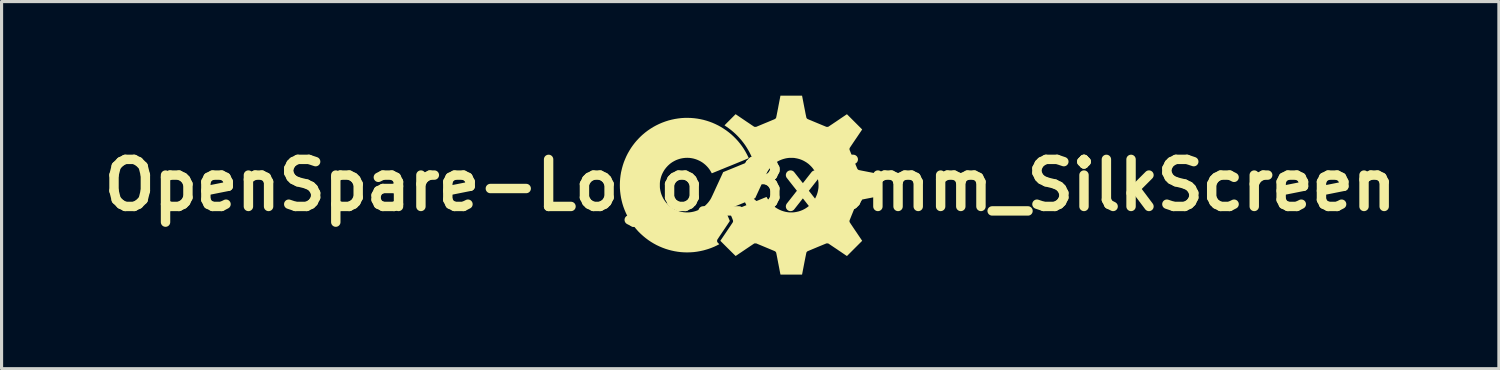
<source format=kicad_pcb>
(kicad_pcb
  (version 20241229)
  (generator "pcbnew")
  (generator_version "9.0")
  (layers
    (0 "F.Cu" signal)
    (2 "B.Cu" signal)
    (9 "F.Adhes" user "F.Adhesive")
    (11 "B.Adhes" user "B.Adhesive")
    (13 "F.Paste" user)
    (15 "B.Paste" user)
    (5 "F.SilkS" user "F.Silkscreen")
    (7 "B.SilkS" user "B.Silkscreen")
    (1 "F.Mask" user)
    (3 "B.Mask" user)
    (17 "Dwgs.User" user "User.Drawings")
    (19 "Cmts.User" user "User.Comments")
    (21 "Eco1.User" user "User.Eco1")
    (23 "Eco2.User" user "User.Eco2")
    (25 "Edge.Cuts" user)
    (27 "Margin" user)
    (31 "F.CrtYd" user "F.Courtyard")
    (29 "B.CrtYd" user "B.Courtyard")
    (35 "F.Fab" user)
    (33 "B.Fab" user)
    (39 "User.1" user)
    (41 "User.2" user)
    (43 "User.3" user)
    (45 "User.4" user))
  (footprint "OpenSpare-Logo_8x6mm_SilkScreen"
    (layer "F.Cu")
    (at 20.871 2.854)
    (property "Reference" "OpenSpare-Logo_8x6mm_SilkScreen" (at 0 0 0) (layer "F.SilkS") (effects (font (size 1.5 1.5) (thickness 0.3))))
    (attr board_only exclude_from_pos_files exclude_from_bom)
    (fp_poly (pts (xy 1.72 -2.506) (xy 1.73 -2.456) (xy 1.739 -2.411) (xy 1.747 -2.37) (xy 1.754 -2.333) (xy 1.76 -2.3) (xy 1.766 -2.271) (xy 1.771 -2.246) (xy 1.776 -2.224) (xy 1.78 -2.205) (xy 1.783 -2.189) (xy 1.786 -2.176) (xy 1.788 -2.166) (xy 1.79 -2.158) (xy 1.792 -2.152) (xy 1.793 -2.148) (xy 1.794 -2.146) (xy 1.802 -2.133) (xy 1.814 -2.12) (xy 1.827 -2.11) (xy 1.832 -2.108) (xy 1.835 -2.106) (xy 1.843 -2.103) (xy 1.855 -2.098) (xy 1.87 -2.091) (xy 1.889 -2.083) (xy 1.912 -2.074) (xy 1.937 -2.064) (xy 1.965 -2.052) (xy 1.995 -2.039) (xy 2.027 -2.026) (xy 2.061 -2.012) (xy 2.096 -1.997) (xy 2.133 -1.982) (xy 2.135 -1.981) (xy 2.429 -1.859) (xy 2.455 -1.859) (xy 2.467 -1.859) (xy 2.476 -1.859) (xy 2.483 -1.861) (xy 2.488 -1.863) (xy 2.494 -1.865) (xy 2.497 -1.867) (xy 2.505 -1.872) (xy 2.516 -1.88) (xy 2.53 -1.889) (xy 2.548 -1.901) (xy 2.568 -1.915) (xy 2.591 -1.93) (xy 2.617 -1.947) (xy 2.645 -1.966) (xy 2.674 -1.986) (xy 2.705 -2.006) (xy 2.738 -2.028) (xy 2.771 -2.051) (xy 2.789 -2.063) (xy 2.823 -2.086) (xy 2.856 -2.108) (xy 2.887 -2.13) (xy 2.917 -2.15) (xy 2.945 -2.169) (xy 2.972 -2.187) (xy 2.995 -2.203) (xy 3.017 -2.217) (xy 3.035 -2.23) (xy 3.051 -2.24) (xy 3.063 -2.248) (xy 3.072 -2.254) (xy 3.077 -2.258) (xy 3.078 -2.258) (xy 3.084 -2.262) (xy 3.327 -2.019) (xy 3.57 -1.776) (xy 3.375 -1.487) (xy 3.351 -1.453) (xy 3.329 -1.42) (xy 3.307 -1.387) (xy 3.286 -1.357) (xy 3.267 -1.328) (xy 3.249 -1.301) (xy 3.232 -1.276) (xy 3.217 -1.254) (xy 3.204 -1.234) (xy 3.193 -1.218) (xy 3.184 -1.204) (xy 3.178 -1.194) (xy 3.174 -1.188) (xy 3.173 -1.186) (xy 3.167 -1.17) (xy 3.165 -1.152) (xy 3.166 -1.133) (xy 3.167 -1.13) (xy 3.17 -1.122) (xy 3.174 -1.11) (xy 3.18 -1.095) (xy 3.188 -1.077) (xy 3.196 -1.055) (xy 3.206 -1.031) (xy 3.217 -1.004) (xy 3.228 -0.976) (xy 3.24 -0.946) (xy 3.253 -0.915) (xy 3.266 -0.883) (xy 3.28 -0.85) (xy 3.293 -0.818) (xy 3.307 -0.785) (xy 3.32 -0.752) (xy 3.333 -0.721) (xy 3.346 -0.69) (xy 3.358 -0.661) (xy 3.369 -0.634) (xy 3.379 -0.609) (xy 3.389 -0.586) (xy 3.397 -0.566) (xy 3.404 -0.549) (xy 3.41 -0.536) (xy 3.414 -0.527) (xy 3.417 -0.521) (xy 3.424 -0.511) (xy 3.434 -0.5) (xy 3.446 -0.491) (xy 3.457 -0.485) (xy 3.461 -0.483) (xy 3.469 -0.481) (xy 3.483 -0.478) (xy 3.5 -0.475) (xy 3.522 -0.47) (xy 3.547 -0.465) (xy 3.577 -0.459) (xy 3.609 -0.453) (xy 3.645 -0.446) (xy 3.685 -0.438) (xy 3.727 -0.43) (xy 3.771 -0.421) (xy 3.815 -0.413) (xy 4.161 -0.346) (xy 4.161 -0.001) (xy 4.161 0.343) (xy 3.815 0.41) (xy 3.768 0.419) (xy 3.723 0.428) (xy 3.681 0.436) (xy 3.642 0.444) (xy 3.606 0.451) (xy 3.574 0.457) (xy 3.545 0.463) (xy 3.52 0.468) (xy 3.499 0.473) (xy 3.481 0.476) (xy 3.468 0.479) (xy 3.46 0.481) (xy 3.457 0.482) (xy 3.445 0.489) (xy 3.433 0.498) (xy 3.423 0.509) (xy 3.417 0.519) (xy 3.414 0.524) (xy 3.41 0.534) (xy 3.404 0.547) (xy 3.397 0.564) (xy 3.389 0.584) (xy 3.379 0.606) (xy 3.369 0.632) (xy 3.357 0.659) (xy 3.345 0.688) (xy 3.333 0.718) (xy 3.32 0.75) (xy 3.306 0.782) (xy 3.293 0.815) (xy 3.279 0.848) (xy 3.266 0.881) (xy 3.253 0.913) (xy 3.24 0.944) (xy 3.228 0.974) (xy 3.217 1.002) (xy 3.206 1.029) (xy 3.196 1.053) (xy 3.188 1.074) (xy 3.18 1.093) (xy 3.174 1.108) (xy 3.17 1.12) (xy 3.167 1.127) (xy 3.166 1.131) (xy 3.165 1.15) (xy 3.167 1.168) (xy 3.173 1.184) (xy 3.175 1.187) (xy 3.18 1.195) (xy 3.187 1.206) (xy 3.197 1.22) (xy 3.208 1.238) (xy 3.222 1.258) (xy 3.238 1.282) (xy 3.255 1.307) (xy 3.273 1.335) (xy 3.293 1.364) (xy 3.314 1.396) (xy 3.336 1.428) (xy 3.359 1.462) (xy 3.375 1.485) (xy 3.57 1.774) (xy 3.327 2.017) (xy 3.084 2.26) (xy 3.078 2.256) (xy 3.075 2.254) (xy 3.068 2.249) (xy 3.058 2.242) (xy 3.044 2.233) (xy 3.027 2.222) (xy 3.007 2.208) (xy 2.985 2.193) (xy 2.96 2.176) (xy 2.933 2.158) (xy 2.904 2.138) (xy 2.873 2.117) (xy 2.841 2.096) (xy 2.807 2.073) (xy 2.789 2.06) (xy 2.755 2.037) (xy 2.722 2.015) (xy 2.69 1.994) (xy 2.659 1.973) (xy 2.631 1.954) (xy 2.604 1.936) (xy 2.58 1.92) (xy 2.558 1.905) (xy 2.539 1.892) (xy 2.523 1.882) (xy 2.51 1.873) (xy 2.501 1.867) (xy 2.495 1.864) (xy 2.494 1.863) (xy 2.488 1.86) (xy 2.482 1.858) (xy 2.475 1.857) (xy 2.466 1.856) (xy 2.455 1.856) (xy 2.429 1.857) (xy 2.135 1.978) (xy 2.098 1.994) (xy 2.063 2.008) (xy 2.029 2.023) (xy 1.996 2.036) (xy 1.966 2.049) (xy 1.938 2.061) (xy 1.913 2.071) (xy 1.89 2.081) (xy 1.87 2.089) (xy 1.854 2.096) (xy 1.842 2.101) (xy 1.834 2.104) (xy 1.83 2.106) (xy 1.83 2.106) (xy 1.818 2.114) (xy 1.807 2.125) (xy 1.797 2.138) (xy 1.792 2.147) (xy 1.791 2.151) (xy 1.789 2.159) (xy 1.786 2.173) (xy 1.782 2.19) (xy 1.778 2.212) (xy 1.773 2.237) (xy 1.767 2.267) (xy 1.76 2.3) (xy 1.753 2.336) (xy 1.745 2.375) (xy 1.737 2.417) (xy 1.728 2.462) (xy 1.72 2.505) (xy 1.653 2.851) (xy 1.309 2.852) (xy 1.259 2.852) (xy 1.214 2.852) (xy 1.173 2.852) (xy 1.137 2.852) (xy 1.104 2.852) (xy 1.076 2.852) (xy 1.051 2.852) (xy 1.03 2.852) (xy 1.013 2.852) (xy 0.998 2.851) (xy 0.986 2.851) (xy 0.977 2.851) (xy 0.971 2.85) (xy 0.967 2.85) (xy 0.964 2.85) (xy 0.964 2.849) (xy 0.963 2.847) (xy 0.962 2.839) (xy 0.96 2.827) (xy 0.956 2.812) (xy 0.953 2.792) (xy 0.948 2.769) (xy 0.943 2.743) (xy 0.937 2.713) (xy 0.931 2.681) (xy 0.925 2.647) (xy 0.918 2.611) (xy 0.91 2.573) (xy 0.903 2.533) (xy 0.897 2.505) (xy 0.889 2.464) (xy 0.882 2.425) (xy 0.874 2.387) (xy 0.867 2.35) (xy 0.861 2.316) (xy 0.854 2.284) (xy 0.849 2.255) (xy 0.843 2.229) (xy 0.839 2.206) (xy 0.835 2.187) (xy 0.832 2.171) (xy 0.829 2.16) (xy 0.828 2.153) (xy 0.827 2.151) (xy 0.82 2.138) (xy 0.81 2.125) (xy 0.799 2.114) (xy 0.788 2.106) (xy 0.784 2.105) (xy 0.776 2.101) (xy 0.764 2.096) (xy 0.748 2.089) (xy 0.728 2.081) (xy 0.706 2.072) (xy 0.68 2.061) (xy 0.653 2.049) (xy 0.622 2.037) (xy 0.59 2.023) (xy 0.556 2.009) (xy 0.52 1.994) (xy 0.484 1.979) (xy 0.482 1.978) (xy 0.189 1.856) (xy 0.163 1.856) (xy 0.15 1.856) (xy 0.141 1.857) (xy 0.134 1.858) (xy 0.128 1.86) (xy 0.126 1.862) (xy 0.122 1.864) (xy 0.115 1.868) (xy 0.104 1.875) (xy 0.09 1.885) (xy 0.073 1.896) (xy 0.053 1.91) (xy 0.03 1.925) (xy 0.004 1.942) (xy -0.023 1.961) (xy -0.053 1.981) (xy -0.084 2.002) (xy -0.117 2.024) (xy -0.15 2.046) (xy -0.173 2.062) (xy -0.207 2.085) (xy -0.24 2.107) (xy -0.272 2.129) (xy -0.302 2.149) (xy -0.331 2.168) (xy -0.357 2.186) (xy -0.381 2.202) (xy -0.402 2.217) (xy -0.421 2.229) (xy -0.436 2.24) (xy -0.449 2.248) (xy -0.458 2.254) (xy -0.463 2.257) (xy -0.464 2.258) (xy -0.466 2.257) (xy -0.471 2.252) (xy -0.48 2.244) (xy -0.491 2.233) (xy -0.505 2.219) (xy -0.522 2.203) (xy -0.541 2.184) (xy -0.562 2.163) (xy -0.585 2.141) (xy -0.61 2.116) (xy -0.636 2.09) (xy -0.663 2.063) (xy -0.691 2.035) (xy -0.71 2.017) (xy -0.953 1.774) (xy -0.757 1.485) (xy -0.734 1.45) (xy -0.711 1.417) (xy -0.69 1.385) (xy -0.669 1.354) (xy -0.649 1.325) (xy -0.631 1.298) (xy -0.615 1.274) (xy -0.6 1.251) (xy -0.587 1.232) (xy -0.576 1.215) (xy -0.567 1.202) (xy -0.561 1.192) (xy -0.557 1.186) (xy -0.556 1.184) (xy -0.55 1.17) (xy -0.547 1.153) (xy -0.548 1.135) (xy -0.548 1.131) (xy -0.55 1.125) (xy -0.553 1.116) (xy -0.558 1.103) (xy -0.564 1.086) (xy -0.572 1.065) (xy -0.581 1.042) (xy -0.592 1.017) (xy -0.603 0.989) (xy -0.604 0.987) (xy -0.614 0.963) (xy -0.623 0.941) (xy -0.632 0.92) (xy -0.639 0.901) (xy -0.646 0.885) (xy -0.651 0.872) (xy -0.655 0.863) (xy -0.657 0.858) (xy -0.657 0.856) (xy -0.655 0.855) (xy -0.648 0.853) (xy -0.637 0.848) (xy -0.622 0.842) (xy -0.604 0.835) (xy -0.582 0.826) (xy -0.557 0.815) (xy -0.529 0.804) (xy -0.498 0.791) (xy -0.465 0.778) (xy -0.429 0.763) (xy -0.392 0.748) (xy -0.352 0.732) (xy -0.311 0.715) (xy -0.269 0.698) (xy -0.226 0.68) (xy -0.182 0.662) (xy -0.137 0.644) (xy -0.092 0.625) (xy -0.047 0.607) (xy -0.001 0.588) (xy 0.043 0.57) (xy 0.087 0.552) (xy 0.131 0.534) (xy 0.173 0.517) (xy 0.214 0.5) (xy 0.254 0.484) (xy 0.291 0.469) (xy 0.327 0.454) (xy 0.36 0.441) (xy 0.391 0.428) (xy 0.419 0.416) (xy 0.445 0.406) (xy 0.467 0.397) (xy 0.485 0.39) (xy 0.5 0.383) (xy 0.511 0.379) (xy 0.518 0.376) (xy 0.519 0.376) (xy 0.521 0.378) (xy 0.525 0.383) (xy 0.53 0.391) (xy 0.537 0.402) (xy 0.541 0.411) (xy 0.575 0.468) (xy 0.613 0.522) (xy 0.654 0.573) (xy 0.699 0.621) (xy 0.747 0.664) (xy 0.799 0.705) (xy 0.853 0.741) (xy 0.911 0.773) (xy 0.948 0.791) (xy 1.006 0.815) (xy 1.067 0.835) (xy 1.13 0.851) (xy 1.194 0.862) (xy 1.209 0.864) (xy 1.229 0.866) (xy 1.253 0.868) (xy 1.28 0.868) (xy 1.308 0.869) (xy 1.335 0.868) (xy 1.362 0.868) (xy 1.386 0.866) (xy 1.407 0.864) (xy 1.409 0.864) (xy 1.476 0.853) (xy 1.541 0.838) (xy 1.604 0.818) (xy 1.665 0.794) (xy 1.723 0.765) (xy 1.779 0.732) (xy 1.832 0.695) (xy 1.883 0.654) (xy 1.916 0.623) (xy 1.962 0.574) (xy 2.004 0.523) (xy 2.042 0.47) (xy 2.075 0.414) (xy 2.103 0.356) (xy 2.128 0.295) (xy 2.148 0.232) (xy 2.163 0.167) (xy 2.174 0.1) (xy 2.175 0.089) (xy 2.176 0.078) (xy 2.177 0.063) (xy 2.178 0.046) (xy 2.178 0.027) (xy 2.179 0.007) (xy 2.179 -0.001) (xy 2.178 -0.021) (xy 2.178 -0.04) (xy 2.177 -0.059) (xy 2.177 -0.075) (xy 2.176 -0.087) (xy 2.175 -0.091) (xy 2.165 -0.159) (xy 2.15 -0.224) (xy 2.131 -0.288) (xy 2.107 -0.349) (xy 2.079 -0.408) (xy 2.046 -0.465) (xy 2.008 -0.52) (xy 1.988 -0.546) (xy 1.977 -0.56) (xy 1.962 -0.577) (xy 1.945 -0.595) (xy 1.927 -0.613) (xy 1.908 -0.632) (xy 1.89 -0.649) (xy 1.872 -0.665) (xy 1.857 -0.679) (xy 1.847 -0.686) (xy 1.793 -0.725) (xy 1.737 -0.759) (xy 1.68 -0.789) (xy 1.621 -0.814) (xy 1.56 -0.835) (xy 1.497 -0.851) (xy 1.431 -0.863) (xy 1.409 -0.867) (xy 1.388 -0.869) (xy 1.364 -0.87) (xy 1.338 -0.871) (xy 1.31 -0.871) (xy 1.282 -0.871) (xy 1.255 -0.87) (xy 1.231 -0.869) (xy 1.21 -0.867) (xy 1.209 -0.867) (xy 1.141 -0.856) (xy 1.076 -0.84) (xy 1.013 -0.82) (xy 0.952 -0.796) (xy 0.893 -0.767) (xy 0.836 -0.733) (xy 0.782 -0.695) (xy 0.764 -0.681) (xy 0.75 -0.669) (xy 0.733 -0.654) (xy 0.715 -0.637) (xy 0.697 -0.619) (xy 0.678 -0.601) (xy 0.661 -0.582) (xy 0.645 -0.565) (xy 0.631 -0.549) (xy 0.624 -0.54) (xy 0.609 -0.519) (xy 0.593 -0.497) (xy 0.577 -0.473) (xy 0.562 -0.45) (xy 0.55 -0.429) (xy 0.549 -0.427) (xy 0.546 -0.423) (xy 0.542 -0.414) (xy 0.536 -0.401) (xy 0.528 -0.385) (xy 0.519 -0.364) (xy 0.508 -0.341) (xy 0.495 -0.314) (xy 0.481 -0.285) (xy 0.466 -0.253) (xy 0.45 -0.218) (xy 0.433 -0.182) (xy 0.415 -0.143) (xy 0.397 -0.103) (xy 0.378 -0.061) (xy 0.358 -0.019) (xy 0.348 0.004) (xy 0.159 0.414) (xy -0.276 0.591) (xy -0.321 0.61) (xy -0.364 0.627) (xy -0.406 0.645) (xy -0.447 0.661) (xy -0.485 0.677) (xy -0.522 0.692) (xy -0.556 0.706) (xy -0.588 0.719) (xy -0.616 0.731) (xy -0.642 0.741) (xy -0.664 0.75) (xy -0.683 0.758) (xy -0.699 0.765) (xy -0.71 0.769) (xy -0.717 0.772) (xy -0.72 0.773) (xy -0.731 0.782) (xy -0.742 0.793) (xy -0.752 0.806) (xy -0.755 0.812) (xy -0.758 0.82) (xy -0.76 0.827) (xy -0.761 0.835) (xy -0.761 0.846) (xy -0.761 0.85) (xy -0.761 0.874) (xy -0.707 1.005) (xy -0.696 1.029) (xy -0.687 1.052) (xy -0.678 1.073) (xy -0.67 1.093) (xy -0.663 1.109) (xy -0.658 1.122) (xy -0.654 1.132) (xy -0.651 1.139) (xy -0.651 1.14) (xy -0.652 1.143) (xy -0.656 1.15) (xy -0.663 1.16) (xy -0.672 1.175) (xy -0.684 1.193) (xy -0.698 1.214) (xy -0.715 1.239) (xy -0.733 1.268) (xy -0.755 1.299) (xy -0.778 1.334) (xy -0.803 1.372) (xy -0.831 1.412) (xy -0.846 1.435) (xy -0.87 1.47) (xy -0.893 1.504) (xy -0.914 1.536) (xy -0.935 1.567) (xy -0.955 1.596) (xy -0.973 1.623) (xy -0.99 1.648) (xy -1.005 1.671) (xy -1.018 1.691) (xy -1.029 1.708) (xy -1.038 1.721) (xy -1.044 1.731) (xy -1.048 1.738) (xy -1.05 1.74) (xy -1.053 1.748) (xy -1.055 1.756) (xy -1.056 1.766) (xy -1.056 1.775) (xy -1.056 1.788) (xy -1.054 1.8) (xy -1.05 1.811) (xy -1.044 1.821) (xy -1.035 1.833) (xy -1.023 1.846) (xy -1.015 1.854) (xy -1.005 1.863) (xy -0.997 1.872) (xy -0.991 1.878) (xy -0.988 1.882) (xy -0.988 1.883) (xy -0.99 1.885) (xy -0.996 1.888) (xy -1.005 1.893) (xy -1.017 1.899) (xy -1.032 1.906) (xy -1.048 1.914) (xy -1.064 1.923) (xy -1.082 1.931) (xy -1.099 1.939) (xy -1.115 1.947) (xy -1.13 1.954) (xy -1.143 1.96) (xy -1.153 1.965) (xy -1.154 1.965) (xy -1.249 2.004) (xy -1.347 2.038) (xy -1.445 2.067) (xy -1.496 2.081) (xy -1.597 2.103) (xy -1.699 2.121) (xy -1.8 2.134) (xy -1.903 2.141) (xy -2.005 2.144) (xy -2.107 2.142) (xy -2.21 2.135) (xy -2.311 2.123) (xy -2.413 2.106) (xy -2.513 2.084) (xy -2.601 2.061) (xy -2.701 2.03) (xy -2.798 1.994) (xy -2.893 1.954) (xy -2.986 1.91) (xy -3.076 1.861) (xy -3.164 1.808) (xy -3.249 1.751) (xy -3.332 1.689) (xy -3.411 1.624) (xy -3.488 1.555) (xy -3.562 1.482) (xy -3.579 1.464) (xy -3.647 1.387) (xy -3.711 1.307) (xy -3.772 1.225) (xy -3.828 1.141) (xy -3.88 1.054) (xy -3.927 0.965) (xy -3.97 0.874) (xy -4.009 0.781) (xy -4.044 0.687) (xy -4.074 0.591) (xy -4.099 0.494) (xy -4.12 0.396) (xy -4.136 0.297) (xy -4.148 0.197) (xy -4.155 0.096) (xy -4.157 -0.005) (xy -4.154 -0.106) (xy -4.147 -0.208) (xy -4.135 -0.309) (xy -4.118 -0.411) (xy -4.112 -0.436) (xy -4.089 -0.536) (xy -4.061 -0.635) (xy -4.029 -0.732) (xy -3.991 -0.827) (xy -3.95 -0.921) (xy -3.904 -1.012) (xy -3.853 -1.101) (xy -3.799 -1.188) (xy -3.74 -1.272) (xy -3.679 -1.351) (xy -3.653 -1.382) (xy -3.625 -1.415) (xy -3.594 -1.448) (xy -3.563 -1.482) (xy -3.531 -1.515) (xy -3.499 -1.547) (xy -3.468 -1.576) (xy -3.439 -1.603) (xy -3.427 -1.613) (xy -3.346 -1.681) (xy -3.263 -1.744) (xy -3.177 -1.802) (xy -3.09 -1.856) (xy -3 -1.905) (xy -2.908 -1.95) (xy -2.813 -1.991) (xy -2.716 -2.027) (xy -2.696 -2.034) (xy -2.598 -2.065) (xy -2.499 -2.09) (xy -2.399 -2.111) (xy -2.298 -2.127) (xy -2.197 -2.139) (xy -2.095 -2.145) (xy -1.993 -2.146) (xy -1.891 -2.143) (xy -1.79 -2.135) (xy -1.689 -2.122) (xy -1.588 -2.104) (xy -1.488 -2.082) (xy -1.389 -2.054) (xy -1.303 -2.026) (xy -1.207 -1.99) (xy -1.113 -1.949) (xy -1.021 -1.904) (xy -0.932 -1.855) (xy -0.846 -1.801) (xy -0.762 -1.744) (xy -0.681 -1.683) (xy -0.603 -1.619) (xy -0.529 -1.551) (xy -0.457 -1.479) (xy -0.389 -1.404) (xy -0.325 -1.326) (xy -0.264 -1.245) (xy -0.207 -1.161) (xy -0.155 -1.075) (xy -0.106 -0.985) (xy -0.075 -0.922) (xy -0.067 -0.907) (xy -0.061 -0.893) (xy -0.055 -0.88) (xy -0.051 -0.871) (xy -0.048 -0.865) (xy -0.047 -0.863) (xy -0.048 -0.862) (xy -0.05 -0.86) (xy -0.055 -0.858) (xy -0.062 -0.855) (xy -0.072 -0.85) (xy -0.083 -0.845) (xy -0.098 -0.839) (xy -0.115 -0.832) (xy -0.135 -0.823) (xy -0.158 -0.814) (xy -0.184 -0.803) (xy -0.214 -0.791) (xy -0.247 -0.777) (xy -0.283 -0.762) (xy -0.324 -0.746) (xy -0.368 -0.727) (xy -0.416 -0.708) (xy -0.468 -0.686) (xy -0.525 -0.663) (xy -0.586 -0.638) (xy -0.632 -0.619) (xy -0.684 -0.598) (xy -0.735 -0.578) (xy -0.784 -0.558) (xy -0.832 -0.538) (xy -0.877 -0.519) (xy -0.921 -0.502) (xy -0.963 -0.485) (xy -1.002 -0.468) (xy -1.039 -0.454) (xy -1.073 -0.44) (xy -1.104 -0.427) (xy -1.132 -0.416) (xy -1.156 -0.406) (xy -1.177 -0.397) (xy -1.195 -0.39) (xy -1.208 -0.385) (xy -1.217 -0.381) (xy -1.222 -0.379) (xy -1.222 -0.379) (xy -1.225 -0.38) (xy -1.228 -0.384) (xy -1.233 -0.391) (xy -1.239 -0.403) (xy -1.241 -0.407) (xy -1.271 -0.459) (xy -1.305 -0.51) (xy -1.343 -0.559) (xy -1.385 -0.605) (xy -1.43 -0.649) (xy -1.477 -0.688) (xy -1.52 -0.72) (xy -1.576 -0.755) (xy -1.634 -0.785) (xy -1.693 -0.811) (xy -1.755 -0.833) (xy -1.817 -0.85) (xy -1.88 -0.862) (xy -1.944 -0.87) (xy -2.008 -0.872) (xy -2.072 -0.87) (xy -2.112 -0.866) (xy -2.178 -0.856) (xy -2.242 -0.841) (xy -2.305 -0.821) (xy -2.365 -0.798) (xy -2.423 -0.769) (xy -2.479 -0.737) (xy -2.532 -0.701) (xy -2.582 -0.66) (xy -2.629 -0.616) (xy -2.673 -0.568) (xy -2.714 -0.517) (xy -2.731 -0.494) (xy -2.765 -0.439) (xy -2.795 -0.383) (xy -2.821 -0.325) (xy -2.842 -0.265) (xy -2.859 -0.202) (xy -2.873 -0.137) (xy -2.877 -0.11) (xy -2.878 -0.094) (xy -2.88 -0.075) (xy -2.881 -0.052) (xy -2.881 -0.028) (xy -2.881 -0.002) (xy -2.881 0.023) (xy -2.881 0.048) (xy -2.88 0.071) (xy -2.879 0.09) (xy -2.877 0.106) (xy -2.877 0.107) (xy -2.865 0.174) (xy -2.85 0.238) (xy -2.83 0.299) (xy -2.806 0.358) (xy -2.778 0.415) (xy -2.745 0.469) (xy -2.731 0.491) (xy -2.692 0.544) (xy -2.649 0.593) (xy -2.603 0.639) (xy -2.554 0.681) (xy -2.502 0.719) (xy -2.447 0.753) (xy -2.39 0.783) (xy -2.331 0.809) (xy -2.27 0.831) (xy -2.207 0.848) (xy -2.191 0.851) (xy -2.126 0.862) (xy -2.06 0.868) (xy -1.995 0.869) (xy -1.93 0.866) (xy -1.866 0.857) (xy -1.803 0.844) (xy -1.74 0.826) (xy -1.68 0.804) (xy -1.62 0.776) (xy -1.562 0.744) (xy -1.508 0.709) (xy -1.463 0.675) (xy -1.42 0.637) (xy -1.378 0.595) (xy -1.339 0.551) (xy -1.304 0.506) (xy -1.287 0.481) (xy -1.283 0.474) (xy -1.279 0.469) (xy -1.275 0.463) (xy -1.272 0.458) (xy -1.268 0.453) (xy -1.265 0.447) (xy -1.262 0.442) (xy -1.258 0.435) (xy -1.254 0.428) (xy -1.25 0.421) (xy -1.245 0.412) (xy -1.24 0.401) (xy -1.234 0.39) (xy -1.228 0.376) (xy -1.221 0.361) (xy -1.213 0.344) (xy -1.203 0.325) (xy -1.193 0.303) (xy -1.182 0.278) (xy -1.169 0.251) (xy -1.155 0.221) (xy -1.14 0.188) (xy -1.123 0.151) (xy -1.105 0.111) (xy -1.085 0.068) (xy -1.063 0.02) (xy -1.039 -0.032) (xy -1.013 -0.088) (xy -0.998 -0.121) (xy -0.862 -0.416) (xy -0.43 -0.592) (xy -0.386 -0.61) (xy -0.343 -0.628) (xy -0.301 -0.645) (xy -0.26 -0.662) (xy -0.222 -0.677) (xy -0.186 -0.692) (xy -0.151 -0.706) (xy -0.12 -0.719) (xy -0.091 -0.731) (xy -0.066 -0.741) (xy -0.043 -0.751) (xy -0.025 -0.758) (xy -0.009 -0.765) (xy 0.002 -0.769) (xy 0.009 -0.772) (xy 0.011 -0.773) (xy 0.027 -0.784) (xy 0.04 -0.798) (xy 0.05 -0.814) (xy 0.057 -0.833) (xy 0.06 -0.852) (xy 0.058 -0.869) (xy 0.055 -0.878) (xy 0.051 -0.89) (xy 0.044 -0.906) (xy 0.036 -0.925) (xy 0.027 -0.945) (xy 0.016 -0.968) (xy 0.005 -0.991) (xy -0.007 -1.015) (xy -0.019 -1.039) (xy -0.031 -1.062) (xy -0.043 -1.084) (xy -0.049 -1.094) (xy -0.103 -1.185) (xy -0.16 -1.274) (xy -0.222 -1.359) (xy -0.287 -1.441) (xy -0.357 -1.52) (xy -0.405 -1.571) (xy -0.472 -1.637) (xy -0.54 -1.698) (xy -0.609 -1.756) (xy -0.682 -1.812) (xy -0.758 -1.865) (xy -0.766 -1.871) (xy -0.781 -1.88) (xy -0.793 -1.889) (xy -0.804 -1.896) (xy -0.813 -1.902) (xy -0.818 -1.906) (xy -0.819 -1.907) (xy -0.818 -1.909) (xy -0.813 -1.914) (xy -0.805 -1.923) (xy -0.794 -1.934) (xy -0.78 -1.947) (xy -0.765 -1.963) (xy -0.747 -1.982) (xy -0.727 -2.002) (xy -0.705 -2.023) (xy -0.683 -2.046) (xy -0.658 -2.07) (xy -0.643 -2.086) (xy -0.466 -2.263) (xy -0.174 -2.065) (xy -0.139 -2.041) (xy -0.106 -2.019) (xy -0.073 -1.997) (xy -0.042 -1.976) (xy -0.013 -1.957) (xy 0.013 -1.939) (xy 0.038 -1.922) (xy 0.06 -1.907) (xy 0.08 -1.894) (xy 0.096 -1.883) (xy 0.11 -1.874) (xy 0.119 -1.868) (xy 0.126 -1.864) (xy 0.128 -1.863) (xy 0.134 -1.861) (xy 0.143 -1.859) (xy 0.155 -1.859) (xy 0.163 -1.859) (xy 0.189 -1.859) (xy 0.482 -1.981) (xy 0.519 -1.996) (xy 0.555 -2.011) (xy 0.589 -2.025) (xy 0.621 -2.039) (xy 0.651 -2.051) (xy 0.679 -2.063) (xy 0.705 -2.074) (xy 0.728 -2.083) (xy 0.747 -2.091) (xy 0.763 -2.098) (xy 0.775 -2.103) (xy 0.783 -2.107) (xy 0.787 -2.109) (xy 0.787 -2.109) (xy 0.799 -2.117) (xy 0.811 -2.128) (xy 0.821 -2.141) (xy 0.825 -2.149) (xy 0.827 -2.153) (xy 0.829 -2.162) (xy 0.832 -2.175) (xy 0.835 -2.193) (xy 0.84 -2.215) (xy 0.845 -2.24) (xy 0.851 -2.27) (xy 0.857 -2.303) (xy 0.865 -2.339) (xy 0.872 -2.379) (xy 0.881 -2.421) (xy 0.89 -2.467) (xy 0.897 -2.507) (xy 0.964 -2.854) (xy 1.309 -2.854) (xy 1.653 -2.854)) (stroke (width 0) (type solid)) (fill yes) (layer "F.SilkS")))
  (gr_rect
    (start -3 -3)
    (end 44.743 8.706)
    (stroke (width 0.1) (type default))
    (fill no)
    (layer "Edge.Cuts")))
</source>
